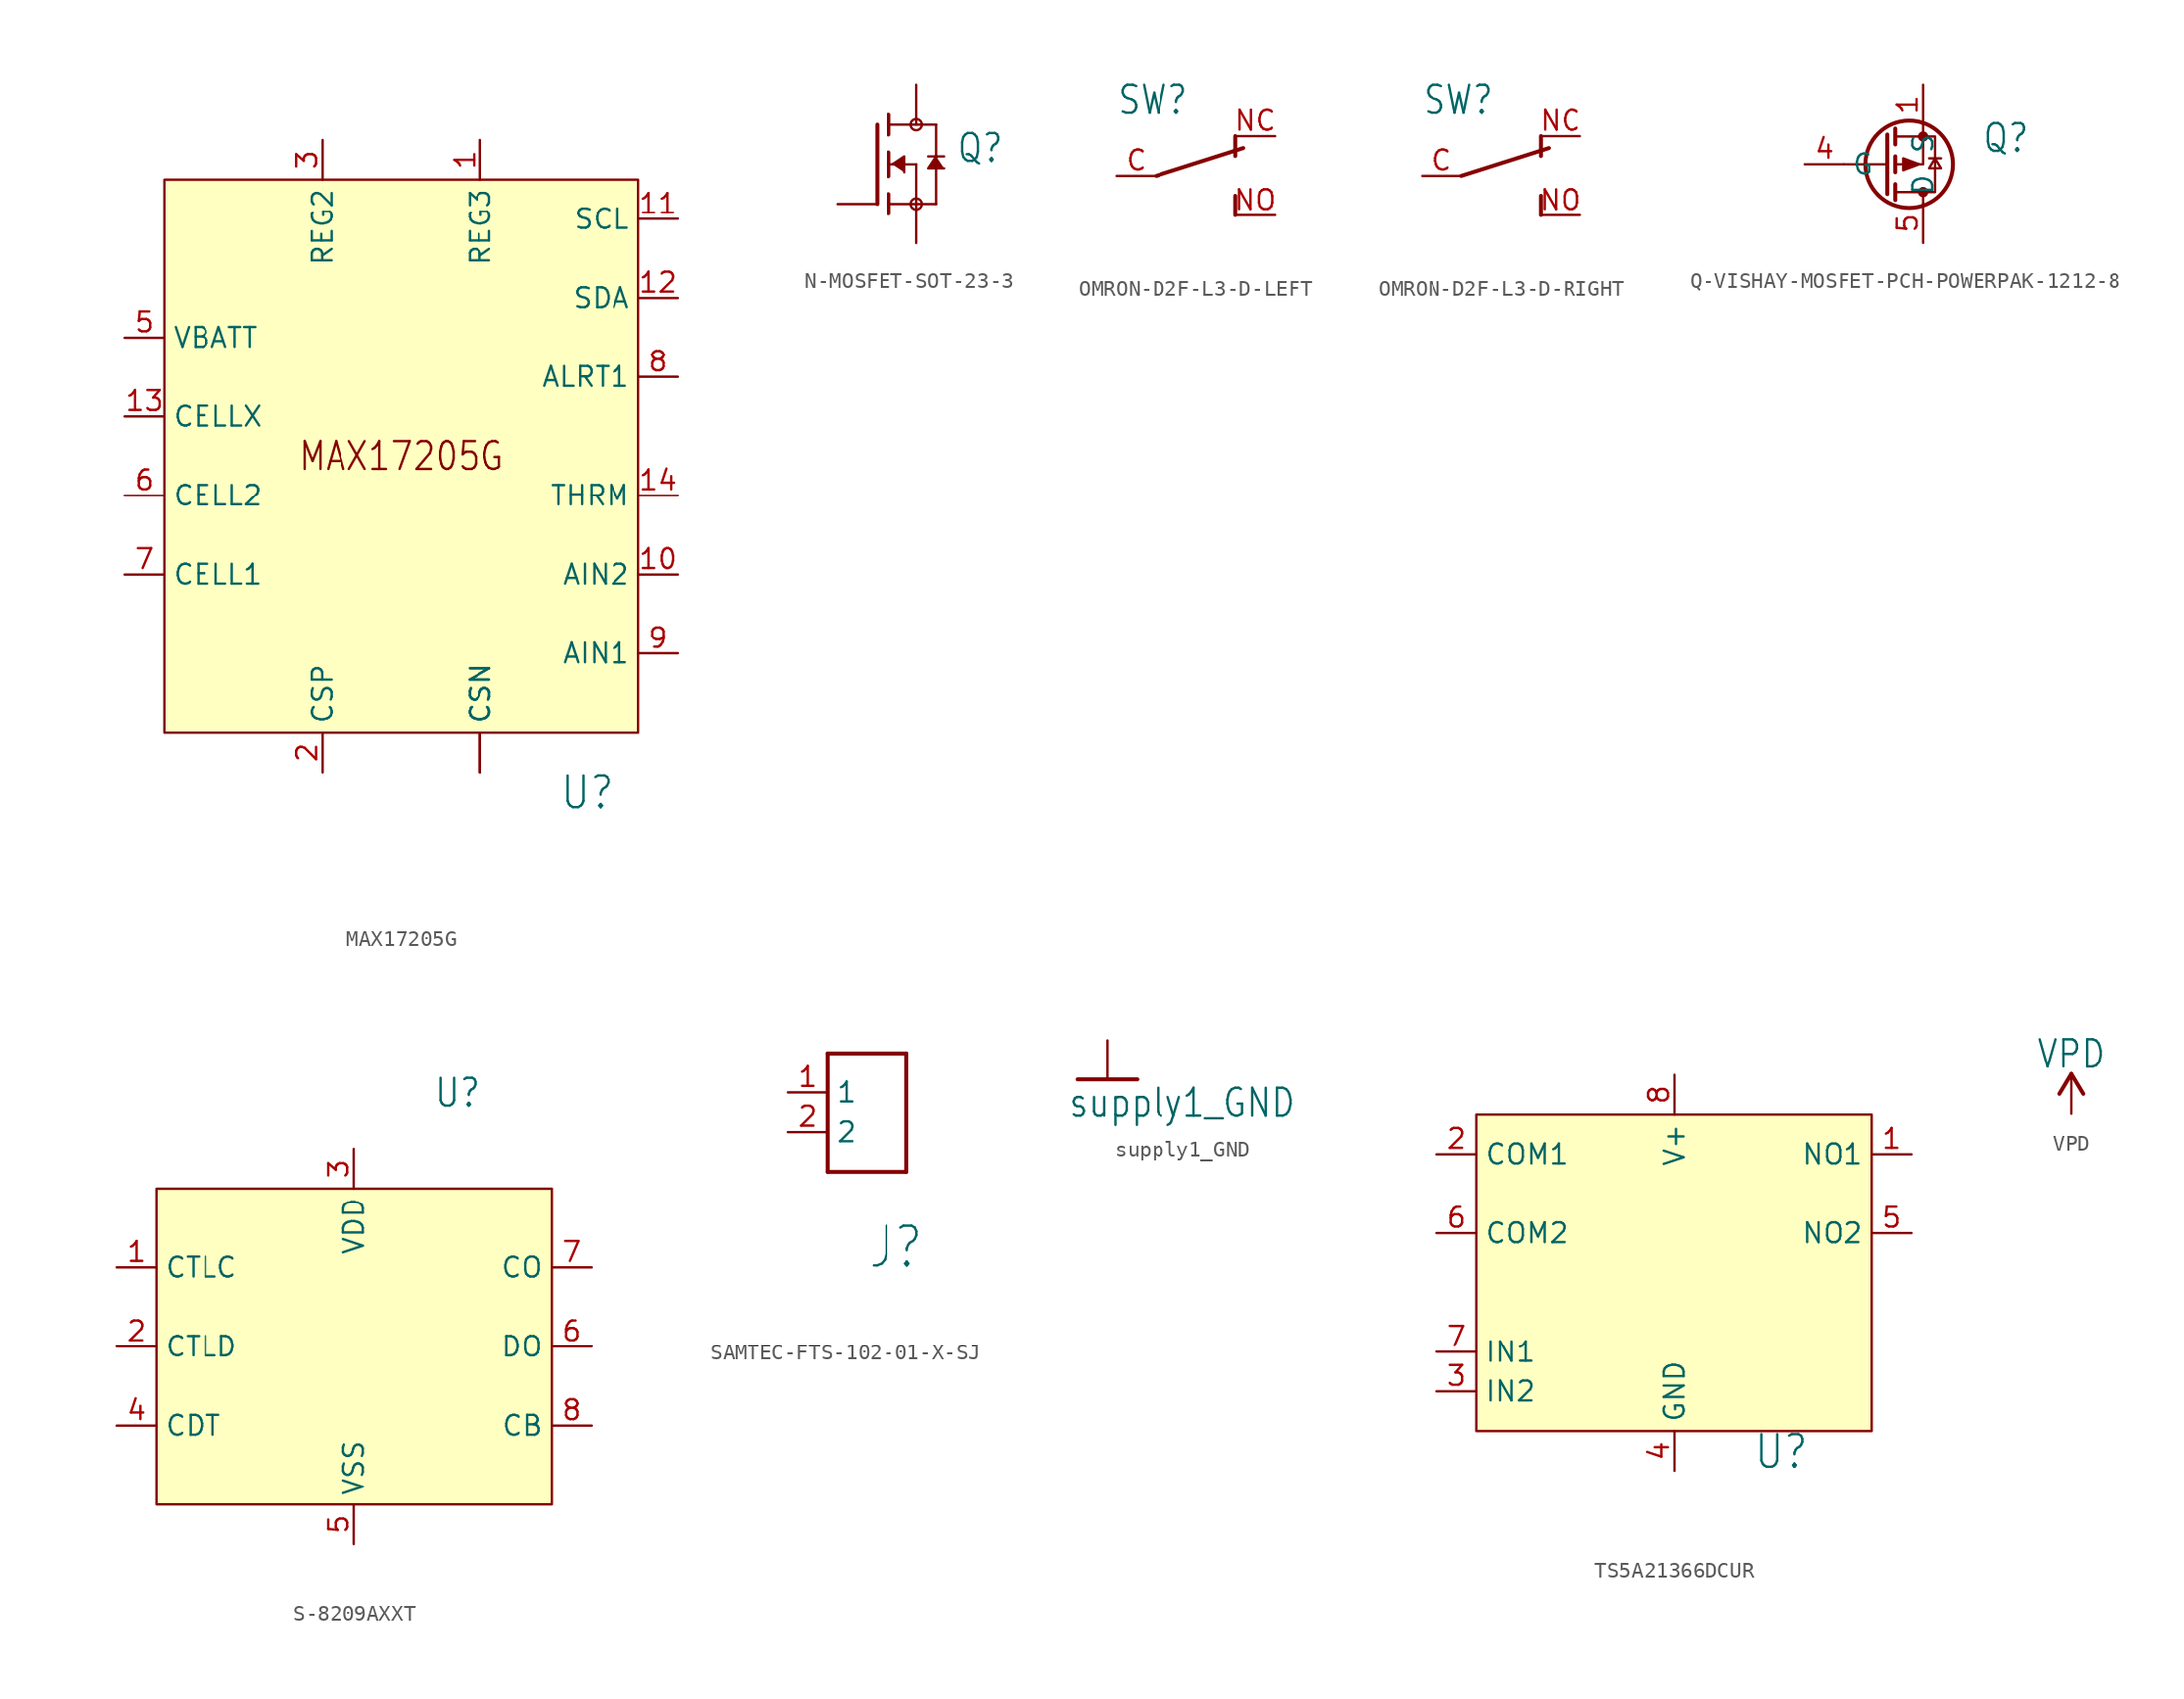
<source format=kicad_sym>
(kicad_symbol_lib
  (version 20241209)
  (generator "kicad_symbol_editor")
  (generator_version "9.0")
  (symbol "MAX17205G"
    (property "Reference" "U"
      (at 10.16 -22.86 0)
      (effects (font (size 2.083 1.77)) (justify left bottom)))
    (property "Value" ""
      (at 10.16 -25.4 0)
      (effects (font (size 2.083 1.77)) (justify left bottom)))
    (property "ki_locked" ""
      (at 0 0 0)
      (effects (font (size 1.27 1.27))))
    (symbol "MAX17205G_1_0"
      (text "MAX17205G" (at 0 0 0) (effects (font (size 1.778 1.511))))
      (pin power_in line (at -17.78 7.62 0) (length 2.54) (name "VBATT" (effects (font (size 1.27 1.27)))) (number "5" (effects (font (size 1.27 1.27)))))
      (pin passive line (at -17.78 2.54 0) (length 2.54) (name "CELLX" (effects (font (size 1.27 1.27)))) (number "13" (effects (font (size 1.27 1.27)))))
      (pin passive line (at -17.78 -2.54 0) (length 2.54) (name "CELL2" (effects (font (size 1.27 1.27)))) (number "6" (effects (font (size 1.27 1.27)))))
      (pin passive line (at -17.78 -7.62 0) (length 2.54) (name "CELL1" (effects (font (size 1.27 1.27)))) (number "7" (effects (font (size 1.27 1.27)))))
      (pin power_in line (at -5.08 20.32 270) (length 2.54) (name "REG2" (effects (font (size 1.27 1.27)))) (number "3" (effects (font (size 1.27 1.27)))))
      (pin passive line (at -5.08 -20.32 90) (length 2.54) (name "CSP" (effects (font (size 1.27 1.27)))) (number "2" (effects (font (size 1.27 1.27)))))
      (pin power_in line (at 5.08 20.32 270) (length 2.54) (name "REG3" (effects (font (size 1.27 1.27)))) (number "1" (effects (font (size 1.27 1.27)))))
      (pin passive line (at 5.08 -20.32 90) (length 2.54) (name "CSN" (effects (font (size 1.27 1.27)))) (number "4" (effects (font (size 0 0)))))
      (pin passive line (at 5.08 -20.32 90) (length 2.54) (name "CSN" (effects (font (size 1.27 1.27)))) (number "EP" (effects (font (size 0 0)))))
      (pin input line (at 17.78 15.24 180) (length 2.54) (name "SCL" (effects (font (size 1.27 1.27)))) (number "11" (effects (font (size 1.27 1.27)))))
      (pin bidirectional line (at 17.78 10.16 180) (length 2.54) (name "SDA" (effects (font (size 1.27 1.27)))) (number "12" (effects (font (size 1.27 1.27)))))
      (pin output line (at 17.78 5.08 180) (length 2.54) (name "ALRT1" (effects (font (size 1.27 1.27)))) (number "8" (effects (font (size 1.27 1.27)))))
      (pin passive line (at 17.78 -2.54 180) (length 2.54) (name "THRM" (effects (font (size 1.27 1.27)))) (number "14" (effects (font (size 1.27 1.27)))))
      (pin input line (at 17.78 -7.62 180) (length 2.54) (name "AIN2" (effects (font (size 1.27 1.27)))) (number "10" (effects (font (size 1.27 1.27)))))
      (pin input line (at 17.78 -12.7 180) (length 2.54) (name "AIN1" (effects (font (size 1.27 1.27)))) (number "9" (effects (font (size 1.27 1.27))))))
    (symbol "MAX17205G_1_1"
      (rectangle (start -15.24 17.78) (end 15.24 -17.78) (stroke (width 0) (type solid)) (fill (type background)))))
  (symbol "N-MOSFET-SOT-23-3"
    (property "Reference" "Q"
      (at 5.08 0 0)
      (effects (font (size 1.778 1.511)) (justify left bottom)))
    (property "Value" ""
      (at 5.08 -2.54 0)
      (effects (font (size 1.778 1.511)) (justify left bottom)))
    (property "ki_locked" ""
      (at 0 0 0)
      (effects (font (size 1.27 1.27))))
    (symbol "N-MOSFET-SOT-23-3_1_0"
      (polyline (pts (xy 0 2.54) (xy 0 -2.54)) (stroke (width 0.254) (type solid)) (fill (type none)))
      (polyline (pts (xy 0.762 3.175) (xy 0.762 2.54)) (stroke (width 0.254) (type solid)) (fill (type none)))
      (polyline (pts (xy 0.762 2.54) (xy 0.762 1.905)) (stroke (width 0.254) (type solid)) (fill (type none)))
      (polyline (pts (xy 0.762 2.54) (xy 3.81 2.54)) (stroke (width 0.152) (type solid)) (fill (type none)))
      (polyline (pts (xy 0.762 0.762) (xy 0.762 0)) (stroke (width 0.254) (type solid)) (fill (type none)))
      (polyline (pts (xy 0.762 0) (xy 0.762 -0.762)) (stroke (width 0.254) (type solid)) (fill (type none)))
      (polyline (pts (xy 0.762 0) (xy 2.54 0)) (stroke (width 0.152) (type solid)) (fill (type none)))
      (polyline (pts (xy 0.762 -1.905) (xy 0.762 -2.54)) (stroke (width 0.254) (type solid)) (fill (type none)))
      (polyline (pts (xy 0.762 -2.54) (xy 0.762 -3.175)) (stroke (width 0.254) (type solid)) (fill (type none)))
      (polyline (pts (xy 1.016 0) (xy 1.778 0.508) (xy 1.778 -0.508)) (stroke (width 0.152) (type solid)) (fill (type outline)))
      (circle (center 2.54 2.54) (radius 0.359) (stroke (width 0) (type solid)) (fill (type none)))
      (polyline (pts (xy 2.54 0) (xy 2.54 -2.54)) (stroke (width 0.152) (type solid)) (fill (type none)))
      (polyline (pts (xy 2.54 -2.54) (xy 0.762 -2.54)) (stroke (width 0.152) (type solid)) (fill (type none)))
      (polyline (pts (xy 2.54 -2.54) (xy 3.81 -2.54)) (stroke (width 0.152) (type solid)) (fill (type none)))
      (circle (center 2.54 -2.54) (radius 0.359) (stroke (width 0) (type solid)) (fill (type none)))
      (polyline (pts (xy 3.81 2.54) (xy 3.81 0.508)) (stroke (width 0.152) (type solid)) (fill (type none)))
      (polyline (pts (xy 3.81 0.508) (xy 3.302 0.508)) (stroke (width 0.152) (type solid)) (fill (type none)))
      (polyline (pts (xy 3.81 0.508) (xy 3.81 -2.54)) (stroke (width 0.152) (type solid)) (fill (type none)))
      (polyline (pts (xy 3.81 0.508) (xy 3.302 -0.254) (xy 4.318 -0.254)) (stroke (width 0.152) (type solid)) (fill (type outline)))
      (polyline (pts (xy 4.318 0.508) (xy 3.81 0.508)) (stroke (width 0.152) (type solid)) (fill (type none)))
      (pin passive line (at -2.54 -2.54 0) (length 2.54) (name "G" (effects (font (size 0 0)))) (number "1" (effects (font (size 0 0)))))
      (pin passive line (at 2.54 5.08 270) (length 2.54) (name "D" (effects (font (size 0 0)))) (number "3" (effects (font (size 0 0)))))
      (pin passive line (at 2.54 -5.08 90) (length 2.54) (name "S" (effects (font (size 0 0)))) (number "2" (effects (font (size 0 0)))))))
  (symbol "OMRON-D2F-L3-D-LEFT"
    (property "Reference" "SW"
      (at -5.08 3.81 0)
      (effects (font (size 1.778 1.511)) (justify left bottom)))
    (property "Value" ""
      (at -5.08 -5.08 0)
      (effects (font (size 1.778 1.511)) (justify left bottom)))
    (property "ki_locked" ""
      (at 0 0 0)
      (effects (font (size 1.27 1.27))))
    (symbol "OMRON-D2F-L3-D-LEFT_1_0"
      (polyline (pts (xy -2.54 0) (xy 3.048 1.778)) (stroke (width 0.254) (type solid)) (fill (type none)))
      (polyline (pts (xy 2.54 2.54) (xy 2.54 1.27)) (stroke (width 0.254) (type solid)) (fill (type none)))
      (polyline (pts (xy 2.54 -2.54) (xy 2.54 -1.27)) (stroke (width 0.254) (type solid)) (fill (type none)))
      (pin passive line (at -5.08 0 0) (length 2.54) (name "COM" (effects (font (size 0 0)))) (number "C" (effects (font (size 1.27 1.27)))))
      (pin passive line (at 5.08 2.54 180) (length 2.54) (name "NC" (effects (font (size 0 0)))) (number "NC" (effects (font (size 1.27 1.27)))))
      (pin passive line (at 5.08 -2.54 180) (length 2.54) (name "NO" (effects (font (size 0 0)))) (number "NO" (effects (font (size 1.27 1.27)))))))
  (symbol "OMRON-D2F-L3-D-RIGHT"
    (property "Reference" "SW"
      (at -5.08 3.81 0)
      (effects (font (size 1.778 1.511)) (justify left bottom)))
    (property "Value" ""
      (at -5.08 -5.08 0)
      (effects (font (size 1.778 1.511)) (justify left bottom)))
    (property "ki_locked" ""
      (at 0 0 0)
      (effects (font (size 1.27 1.27))))
    (symbol "OMRON-D2F-L3-D-RIGHT_1_0"
      (polyline (pts (xy -2.54 0) (xy 3.048 1.778)) (stroke (width 0.254) (type solid)) (fill (type none)))
      (polyline (pts (xy 2.54 2.54) (xy 2.54 1.27)) (stroke (width 0.254) (type solid)) (fill (type none)))
      (polyline (pts (xy 2.54 -2.54) (xy 2.54 -1.27)) (stroke (width 0.254) (type solid)) (fill (type none)))
      (pin passive line (at -5.08 0 0) (length 2.54) (name "COM" (effects (font (size 0 0)))) (number "C" (effects (font (size 1.27 1.27)))))
      (pin passive line (at 5.08 2.54 180) (length 2.54) (name "NC" (effects (font (size 0 0)))) (number "NC" (effects (font (size 1.27 1.27)))))
      (pin passive line (at 5.08 -2.54 180) (length 2.54) (name "NO" (effects (font (size 0 0)))) (number "NO" (effects (font (size 1.27 1.27)))))))
  (symbol "Q-VISHAY-MOSFET-PCH-POWERPAK-1212-8"
    (property "Reference" "Q"
      (at 5.08 0.635 0)
      (effects (font (size 1.778 1.511)) (justify left bottom)))
    (property "Value" ""
      (at 5.08 -1.905 0)
      (effects (font (size 1.778 1.511)) (justify left bottom)))
    (property "ki_locked" ""
      (at 0 0 0)
      (effects (font (size 1.27 1.27))))
    (symbol "Q-VISHAY-MOSFET-PCH-POWERPAK-1212-8_0_1"
      (polyline (pts (xy -1.016 0) (xy -3.81 0)) (stroke (width 0) (type default)) (fill (type none)))
      (polyline (pts (xy -1.016 -1.905) (xy -1.016 1.905)) (stroke (width 0.254) (type default)) (fill (type none)))
      (polyline (pts (xy -0.508 1.27) (xy -0.508 2.286)) (stroke (width 0.254) (type default)) (fill (type none)))
      (polyline (pts (xy -0.508 -0.508) (xy -0.508 0.508)) (stroke (width 0.254) (type default)) (fill (type none)))
      (polyline (pts (xy -0.508 -1.778) (xy 2.032 -1.778) (xy 2.032 1.778) (xy -0.508 1.778)) (stroke (width 0) (type default)) (fill (type none)))
      (polyline (pts (xy -0.508 -2.286) (xy -0.508 -1.27)) (stroke (width 0.254) (type default)) (fill (type none)))
      (circle (center 0.381 0) (radius 2.794) (stroke (width 0.254) (type default)) (fill (type none)))
      (polyline (pts (xy 1.016 0) (xy 0 -0.381) (xy 0 0.381) (xy 1.016 0)) (stroke (width 0) (type default)) (fill (type outline)))
      (polyline (pts (xy 1.27 2.54) (xy 1.27 0) (xy -0.508 0)) (stroke (width 0) (type default)) (fill (type none)))
      (circle (center 1.27 1.778) (radius 0.254) (stroke (width 0) (type default)) (fill (type outline)))
      (circle (center 1.27 -1.778) (radius 0.254) (stroke (width 0) (type default)) (fill (type outline)))
      (polyline (pts (xy 1.27 -2.54) (xy 1.27 -1.778)) (stroke (width 0) (type default)) (fill (type none)))
      (polyline (pts (xy 1.651 0.381) (xy 2.413 0.381)) (stroke (width 0) (type default)) (fill (type none)))
      (polyline (pts (xy 2.032 0.381) (xy 1.651 -0.254) (xy 2.413 -0.254) (xy 2.032 0.381)) (stroke (width 0) (type default)) (fill (type none))))
    (symbol "Q-VISHAY-MOSFET-PCH-POWERPAK-1212-8_1_1"
      (pin input line (at -6.35 0 0) (length 2.54) (name "G" (effects (font (size 1.27 1.27)))) (number "4" (effects (font (size 1.27 1.27)))))
      (pin passive line (at 1.27 5.08 270) (length 2.54) (name "S" (effects (font (size 1.27 1.27)))) (number "1" (effects (font (size 1.27 1.27)))))
      (pin passive line (at 1.27 -5.08 90) (length 2.54) (name "D" (effects (font (size 1.27 1.27)))) (number "5" (effects (font (size 1.27 1.27)))))))
  (symbol "S-8209AXXT"
    (property "Reference" "U"
      (at 5.08 15.24 0)
      (effects (font (size 1.778 1.511)) (justify left bottom)))
    (property "Value" ""
      (at 5.08 12.7 0)
      (effects (font (size 1.778 1.511)) (justify left bottom)))
    (property "ki_locked" ""
      (at 0 0 0)
      (effects (font (size 1.27 1.27))))
    (symbol "S-8209AXXT_1_0"
      (pin passive line (at -15.24 5.08 0) (length 2.54) (name "CTLC" (effects (font (size 1.27 1.27)))) (number "1" (effects (font (size 1.27 1.27)))))
      (pin input line (at -15.24 0 0) (length 2.54) (name "CTLD" (effects (font (size 1.27 1.27)))) (number "2" (effects (font (size 1.27 1.27)))))
      (pin passive line (at -15.24 -5.08 0) (length 2.54) (name "CDT" (effects (font (size 1.27 1.27)))) (number "4" (effects (font (size 1.27 1.27)))))
      (pin power_in line (at 0 12.7 270) (length 2.54) (name "VDD" (effects (font (size 1.27 1.27)))) (number "3" (effects (font (size 1.27 1.27)))))
      (pin power_in line (at 0 -12.7 90) (length 2.54) (name "VSS" (effects (font (size 1.27 1.27)))) (number "5" (effects (font (size 1.27 1.27)))))
      (pin open_collector line (at 15.24 5.08 180) (length 2.54) (name "CO" (effects (font (size 1.27 1.27)))) (number "7" (effects (font (size 1.27 1.27)))))
      (pin open_collector line (at 15.24 0 180) (length 2.54) (name "DO" (effects (font (size 1.27 1.27)))) (number "6" (effects (font (size 1.27 1.27)))))
      (pin output line (at 15.24 -5.08 180) (length 2.54) (name "CB" (effects (font (size 1.27 1.27)))) (number "8" (effects (font (size 1.27 1.27))))))
    (symbol "S-8209AXXT_1_1"
      (rectangle (start -12.7 10.16) (end 12.7 -10.16) (stroke (width 0) (type solid)) (fill (type background)))))
  (symbol "SAMTEC-FTS-102-01-X-SJ"
    (property "Reference" "J"
      (at 0 -10.16 0)
      (effects (font (size 2.54 2.159)) (justify left bottom)))
    (property "Value" ""
      (at 0 -12.7 0)
      (effects (font (size 2.286 1.943)) (justify left bottom)))
    (property "ki_locked" ""
      (at 0 0 0)
      (effects (font (size 1.27 1.27))))
    (symbol "SAMTEC-FTS-102-01-X-SJ_1_0"
      (polyline (pts (xy -2.54 3.81) (xy 2.54 3.81)) (stroke (width 0.254) (type solid)) (fill (type none)))
      (polyline (pts (xy -2.54 -3.81) (xy -2.54 3.81)) (stroke (width 0.254) (type solid)) (fill (type none)))
      (polyline (pts (xy 2.54 3.81) (xy 2.54 -3.81)) (stroke (width 0.254) (type solid)) (fill (type none)))
      (polyline (pts (xy 2.54 -3.81) (xy -2.54 -3.81)) (stroke (width 0.254) (type solid)) (fill (type none)))
      (pin passive line (at -5.08 1.27 0) (length 2.54) (name "1" (effects (font (size 1.27 1.27)))) (number "1" (effects (font (size 1.27 1.27)))))
      (pin passive line (at -5.08 -1.27 0) (length 2.54) (name "2" (effects (font (size 1.27 1.27)))) (number "2" (effects (font (size 1.27 1.27)))))))
  (symbol "supply1_GND"
    (power)
    (property "Reference" "#GND"
      (at 0 0 0)
      (effects (font (size 1.27 1.27)) (hide yes)))
    (property "Value" "supply1_GND"
      (at -2.54 -2.54 0)
      (effects (font (size 1.778 1.511)) (justify left bottom)))
    (property "ki_locked" ""
      (at 0 0 0)
      (effects (font (size 1.27 1.27))))
    (symbol "supply1_GND_1_0"
      (polyline (pts (xy -1.905 0) (xy 1.905 0)) (stroke (width 0.254) (type solid)) (fill (type none)))
      (pin power_in line (at 0 2.54 270) (length 2.54) (name "GND" (effects (font (size 0 0)))) (number "1" (effects (font (size 0 0)))))))
  (symbol "TS5A21366DCUR"
    (property "Reference" "U"
      (at 5.08 -12.7 0)
      (effects (font (size 2.083 1.77)) (justify left bottom)))
    (property "Value" ""
      (at 5.08 -15.24 0)
      (effects (font (size 2.083 1.77)) (justify left bottom)))
    (property "ki_locked" ""
      (at 0 0 0)
      (effects (font (size 1.27 1.27))))
    (symbol "TS5A21366DCUR_1_0"
      (pin bidirectional line (at -15.24 7.62 0) (length 2.54) (name "COM1" (effects (font (size 1.27 1.27)))) (number "2" (effects (font (size 1.27 1.27)))))
      (pin bidirectional line (at -15.24 2.54 0) (length 2.54) (name "COM2" (effects (font (size 1.27 1.27)))) (number "6" (effects (font (size 1.27 1.27)))))
      (pin input line (at -15.24 -5.08 0) (length 2.54) (name "IN1" (effects (font (size 1.27 1.27)))) (number "7" (effects (font (size 1.27 1.27)))))
      (pin input line (at -15.24 -7.62 0) (length 2.54) (name "IN2" (effects (font (size 1.27 1.27)))) (number "3" (effects (font (size 1.27 1.27)))))
      (pin power_in line (at 0 12.7 270) (length 2.54) (name "V+" (effects (font (size 1.27 1.27)))) (number "8" (effects (font (size 1.27 1.27)))))
      (pin power_in line (at 0 -12.7 90) (length 2.54) (name "GND" (effects (font (size 1.27 1.27)))) (number "4" (effects (font (size 1.27 1.27)))))
      (pin bidirectional line (at 15.24 7.62 180) (length 2.54) (name "NO1" (effects (font (size 1.27 1.27)))) (number "1" (effects (font (size 1.27 1.27)))))
      (pin bidirectional line (at 15.24 2.54 180) (length 2.54) (name "NO2" (effects (font (size 1.27 1.27)))) (number "5" (effects (font (size 1.27 1.27))))))
    (symbol "TS5A21366DCUR_1_1"
      (rectangle (start -12.7 10.16) (end 12.7 -10.16) (stroke (width 0) (type solid)) (fill (type background)))))
  (symbol "VPD"
    (power)
    (property "Reference" "#VPD"
      (at 0 0 0)
      (effects (font (size 1.27 1.27)) (hide yes)))
    (property "Value" "VPD"
      (at 0 2.794 0)
      (effects (font (size 1.778 1.511)) (justify bottom)))
    (property "ki_locked" ""
      (at 0 0 0)
      (effects (font (size 1.27 1.27))))
    (symbol "VPD_1_0"
      (polyline (pts (xy 0 2.54) (xy -0.762 1.27)) (stroke (width 0.254) (type solid)) (fill (type none)))
      (polyline (pts (xy 0.762 1.27) (xy 0 2.54)) (stroke (width 0.254) (type solid)) (fill (type none)))
      (pin power_in line (at 0 0 90) (length 2.54) (name "VPD" (effects (font (size 0 0)))) (number "1" (effects (font (size 0 0))))))))
</source>
